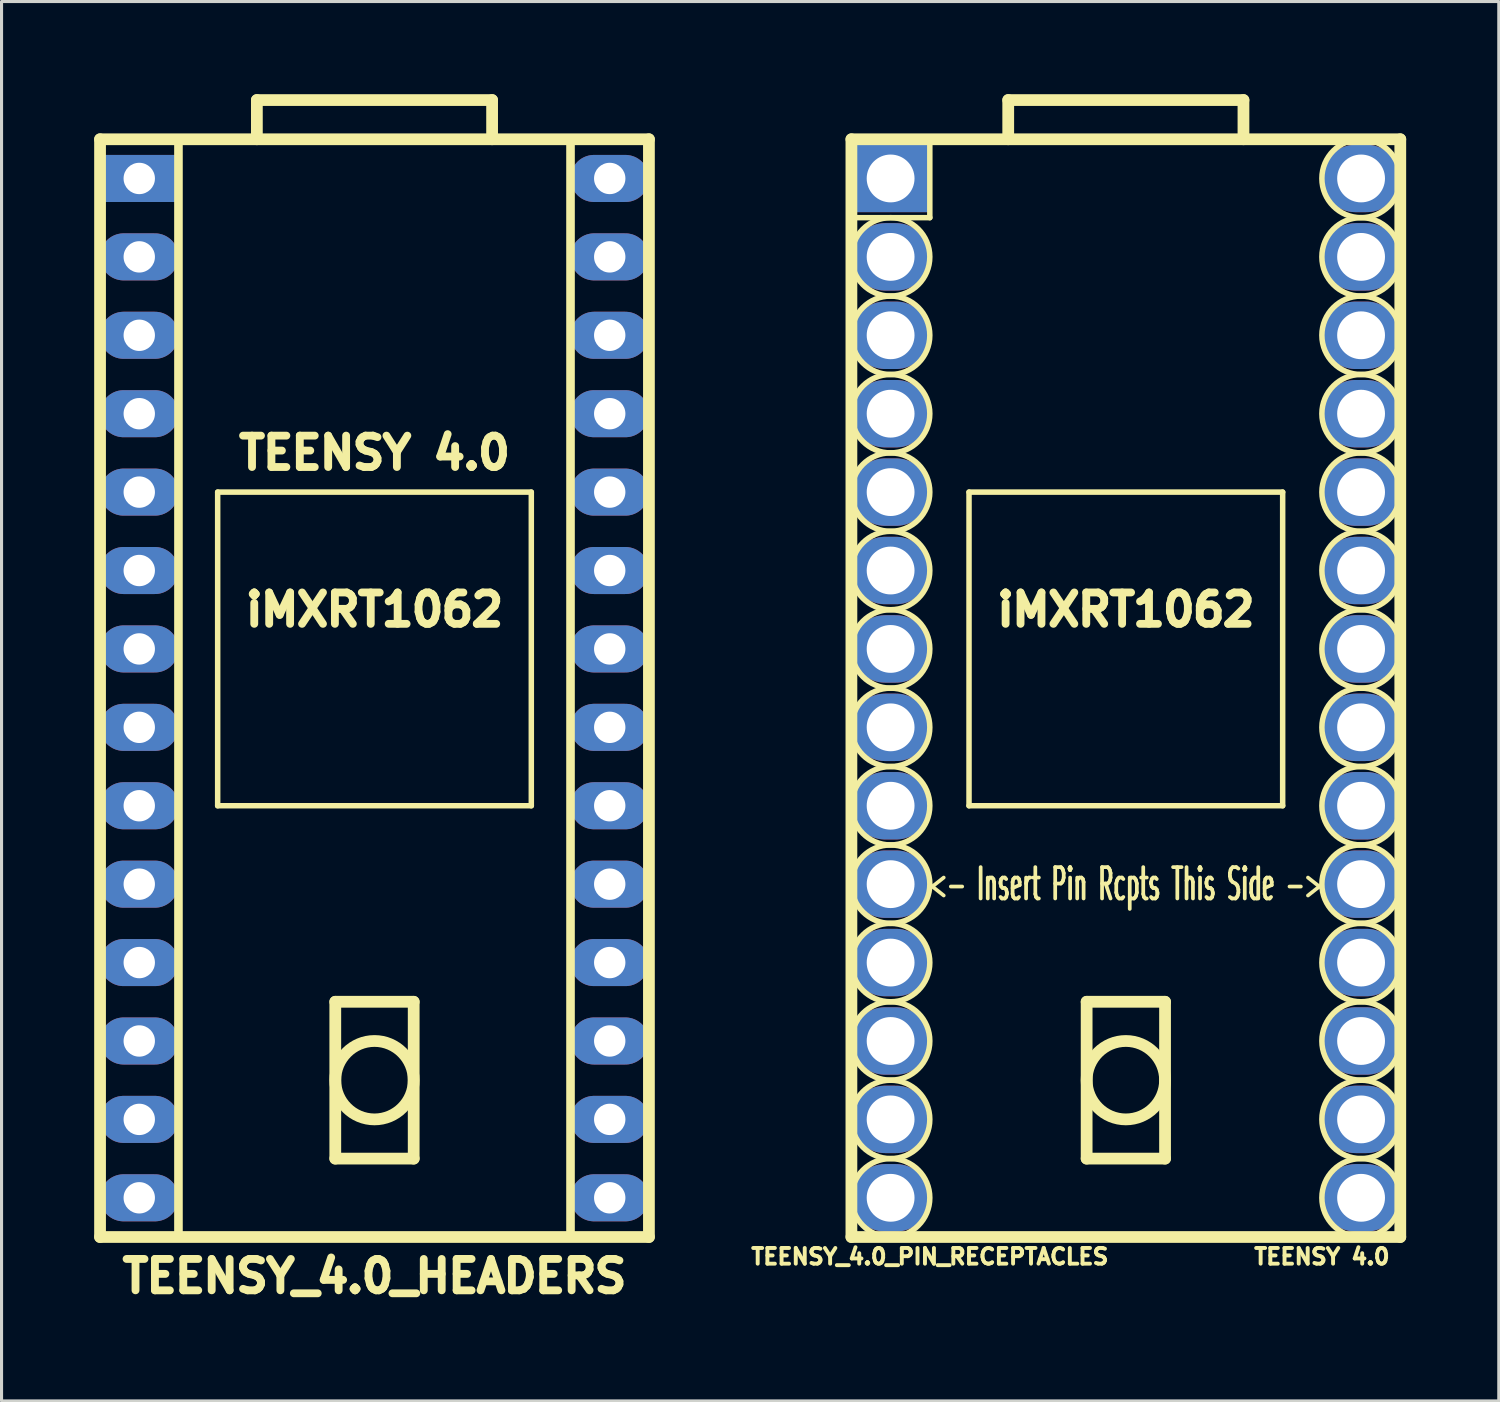
<source format=kicad_pcb>
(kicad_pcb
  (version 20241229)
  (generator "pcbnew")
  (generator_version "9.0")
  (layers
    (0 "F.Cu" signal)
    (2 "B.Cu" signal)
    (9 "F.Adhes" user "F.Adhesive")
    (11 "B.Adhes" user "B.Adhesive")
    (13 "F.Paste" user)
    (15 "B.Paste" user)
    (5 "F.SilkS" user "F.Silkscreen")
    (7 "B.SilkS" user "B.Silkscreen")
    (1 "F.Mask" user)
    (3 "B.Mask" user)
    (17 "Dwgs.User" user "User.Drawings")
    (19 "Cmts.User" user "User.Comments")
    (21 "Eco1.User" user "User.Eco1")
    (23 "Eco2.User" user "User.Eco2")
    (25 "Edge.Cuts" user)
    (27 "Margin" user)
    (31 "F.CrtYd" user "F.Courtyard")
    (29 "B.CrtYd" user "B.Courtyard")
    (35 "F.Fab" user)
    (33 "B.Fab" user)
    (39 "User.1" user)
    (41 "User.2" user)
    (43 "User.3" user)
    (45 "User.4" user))
  (footprint "TEENSY_4.0_PIN_RECEPTACLES"
    (layer "F.Cu")
    (at 33.42 19.241)
    (property "Reference" "TEENSY_4.0_PIN_RECEPTACLES" (at -6.35 18.415 0) (layer "F.SilkS") (effects (font (size 0.508 0.508) (thickness 0.127))))
    (property "Value" "${VALUE}" (at 0 18.415 180) (layer "F.Fab") (hide yes) (effects (font (size 0.508 0.508) (thickness 0.127))))
    (attr through_hole)
    (fp_line (start -8.89 -17.78) (end -8.89 17.78) (stroke (width 0.381) (type solid)) (layer "F.SilkS"))
    (fp_line (start -8.89 -15.24) (end -6.35 -15.24) (stroke (width 0.178) (type solid)) (layer "F.SilkS"))
    (fp_line (start -8.89 17.78) (end 8.89 17.78) (stroke (width 0.381) (type solid)) (layer "F.SilkS"))
    (fp_line (start -6.35 -15.24) (end -6.35 -17.78) (stroke (width 0.178) (type solid)) (layer "F.SilkS"))
    (fp_line (start -5.08 -6.35) (end -5.08 3.81) (stroke (width 0.178) (type solid)) (layer "F.SilkS"))
    (fp_line (start -5.08 3.81) (end 5.08 3.81) (stroke (width 0.178) (type solid)) (layer "F.SilkS"))
    (fp_line (start -3.81 -19.05) (end 3.81 -19.05) (stroke (width 0.381) (type solid)) (layer "F.SilkS"))
    (fp_line (start -3.81 -17.78) (end -3.81 -19.05) (stroke (width 0.381) (type solid)) (layer "F.SilkS"))
    (fp_line (start -1.27 10.16) (end -1.27 15.24) (stroke (width 0.381) (type solid)) (layer "F.SilkS"))
    (fp_line (start -1.27 15.24) (end 1.27 15.24) (stroke (width 0.381) (type solid)) (layer "F.SilkS"))
    (fp_line (start 1.27 10.16) (end -1.27 10.16) (stroke (width 0.381) (type solid)) (layer "F.SilkS"))
    (fp_line (start 1.27 15.24) (end 1.27 10.16) (stroke (width 0.381) (type solid)) (layer "F.SilkS"))
    (fp_line (start 3.81 -19.05) (end 3.81 -17.78) (stroke (width 0.381) (type solid)) (layer "F.SilkS"))
    (fp_line (start 5.08 -6.35) (end -5.08 -6.35) (stroke (width 0.178) (type solid)) (layer "F.SilkS"))
    (fp_line (start 5.08 3.81) (end 5.08 -6.35) (stroke (width 0.178) (type solid)) (layer "F.SilkS"))
    (fp_line (start 8.89 -17.78) (end -8.89 -17.78) (stroke (width 0.381) (type solid)) (layer "F.SilkS"))
    (fp_line (start 8.89 17.78) (end 8.89 -17.78) (stroke (width 0.381) (type solid)) (layer "F.SilkS"))
    (fp_circle (center -7.62 -13.97) (end -6.35 -13.97) (stroke (width 0.178) (type solid)) (fill no) (layer "F.SilkS"))
    (fp_circle (center -7.62 -11.43) (end -6.35 -11.43) (stroke (width 0.178) (type solid)) (fill no) (layer "F.SilkS"))
    (fp_circle (center -7.62 -8.89) (end -6.35 -8.89) (stroke (width 0.178) (type solid)) (fill no) (layer "F.SilkS"))
    (fp_circle (center -7.62 -6.35) (end -6.35 -6.35) (stroke (width 0.178) (type solid)) (fill no) (layer "F.SilkS"))
    (fp_circle (center -7.62 -3.81) (end -6.35 -3.81) (stroke (width 0.178) (type solid)) (fill no) (layer "F.SilkS"))
    (fp_circle (center -7.62 -1.27) (end -6.35 -1.27) (stroke (width 0.178) (type solid)) (fill no) (layer "F.SilkS"))
    (fp_circle (center -7.62 1.27) (end -6.35 1.27) (stroke (width 0.178) (type solid)) (fill no) (layer "F.SilkS"))
    (fp_circle (center -7.62 3.81) (end -6.35 3.81) (stroke (width 0.178) (type solid)) (fill no) (layer "F.SilkS"))
    (fp_circle (center -7.62 6.35) (end -6.35 6.35) (stroke (width 0.178) (type solid)) (fill no) (layer "F.SilkS"))
    (fp_circle (center -7.62 8.89) (end -6.35 8.89) (stroke (width 0.178) (type solid)) (fill no) (layer "F.SilkS"))
    (fp_circle (center -7.62 11.43) (end -6.35 11.43) (stroke (width 0.178) (type solid)) (fill no) (layer "F.SilkS"))
    (fp_circle (center -7.62 13.97) (end -6.35 13.97) (stroke (width 0.178) (type solid)) (fill no) (layer "F.SilkS"))
    (fp_circle (center -7.62 16.51) (end -6.35 16.51) (stroke (width 0.178) (type solid)) (fill no) (layer "F.SilkS"))
    (fp_circle (center 0 12.7) (end -1.27 12.7) (stroke (width 0.381) (type solid)) (fill no) (layer "F.SilkS"))
    (fp_circle (center 7.62 -16.51) (end 8.89 -16.51) (stroke (width 0.178) (type solid)) (fill no) (layer "F.SilkS"))
    (fp_circle (center 7.62 -13.97) (end 8.89 -13.97) (stroke (width 0.178) (type solid)) (fill no) (layer "F.SilkS"))
    (fp_circle (center 7.62 -11.43) (end 8.89 -11.43) (stroke (width 0.178) (type solid)) (fill no) (layer "F.SilkS"))
    (fp_circle (center 7.62 -8.89) (end 8.89 -8.89) (stroke (width 0.178) (type solid)) (fill no) (layer "F.SilkS"))
    (fp_circle (center 7.62 -6.35) (end 8.89 -6.35) (stroke (width 0.178) (type solid)) (fill no) (layer "F.SilkS"))
    (fp_circle (center 7.62 -3.81) (end 8.89 -3.81) (stroke (width 0.178) (type solid)) (fill no) (layer "F.SilkS"))
    (fp_circle (center 7.62 -1.27) (end 8.89 -1.27) (stroke (width 0.178) (type solid)) (fill no) (layer "F.SilkS"))
    (fp_circle (center 7.62 1.27) (end 8.89 1.27) (stroke (width 0.178) (type solid)) (fill no) (layer "F.SilkS"))
    (fp_circle (center 7.62 3.81) (end 8.89 3.81) (stroke (width 0.178) (type solid)) (fill no) (layer "F.SilkS"))
    (fp_circle (center 7.62 6.35) (end 8.89 6.35) (stroke (width 0.178) (type solid)) (fill no) (layer "F.SilkS"))
    (fp_circle (center 7.62 8.89) (end 8.89 8.89) (stroke (width 0.178) (type solid)) (fill no) (layer "F.SilkS"))
    (fp_circle (center 7.62 11.43) (end 8.89 11.43) (stroke (width 0.178) (type solid)) (fill no) (layer "F.SilkS"))
    (fp_circle (center 7.62 13.97) (end 8.89 13.97) (stroke (width 0.178) (type solid)) (fill no) (layer "F.SilkS"))
    (fp_circle (center 7.62 16.51) (end 8.89 16.51) (stroke (width 0.178) (type solid)) (fill no) (layer "F.SilkS"))
    (fp_text user "<- Insert Pin Rcpts This Side ->" (at 0 6.35 0) (layer "F.SilkS") (effects (font (size 1.016 0.483) (thickness 0.121))))
    (fp_text user "iMXRT1062" (at 0 -2.54 0) (layer "F.SilkS") (effects (font (size 1.016 1.016) (thickness 0.254))))
    (fp_text user "TEENSY 4.0" (at 6.35 18.415 180) (layer "F.SilkS") (effects (font (size 0.508 0.508) (thickness 0.127))))
    (pad "" thru_hole oval (at 7.62 -13.97) (size 2.54 2.184) (drill 1.549) (layers "*.Cu" "*.Mask"))
    (pad "0" thru_hole oval (at -7.62 -13.97) (size 2.54 2.184) (drill 1.549) (layers "*.Cu" "*.Mask"))
    (pad "1" thru_hole oval (at -7.62 -11.43) (size 2.54 2.184) (drill 1.549) (layers "*.Cu" "*.Mask"))
    (pad "2" thru_hole oval (at -7.62 -8.89) (size 2.54 2.184) (drill 1.549) (layers "*.Cu" "*.Mask"))
    (pad "3" thru_hole oval (at -7.62 -6.35) (size 2.54 2.184) (drill 1.549) (layers "*.Cu" "*.Mask"))
    (pad "3V3" thru_hole oval (at 7.62 -11.43) (size 2.54 2.184) (drill 1.549) (layers "*.Cu" "*.Mask"))
    (pad "4" thru_hole oval (at -7.62 -3.81) (size 2.54 2.184) (drill 1.549) (layers "*.Cu" "*.Mask"))
    (pad "5" thru_hole oval (at -7.62 -1.27) (size 2.54 2.184) (drill 1.549) (layers "*.Cu" "*.Mask"))
    (pad "6" thru_hole oval (at -7.62 1.27) (size 2.54 2.184) (drill 1.549) (layers "*.Cu" "*.Mask"))
    (pad "7" thru_hole oval (at -7.62 3.81) (size 2.54 2.184) (drill 1.549) (layers "*.Cu" "*.Mask"))
    (pad "8" thru_hole oval (at -7.62 6.35) (size 2.54 2.184) (drill 1.549) (layers "*.Cu" "*.Mask"))
    (pad "9" thru_hole oval (at -7.62 8.89) (size 2.54 2.184) (drill 1.549) (layers "*.Cu" "*.Mask"))
    (pad "10" thru_hole oval (at -7.62 11.43) (size 2.54 2.184) (drill 1.549) (layers "*.Cu" "*.Mask"))
    (pad "11" thru_hole oval (at -7.62 13.97) (size 2.54 2.184) (drill 1.549) (layers "*.Cu" "*.Mask"))
    (pad "12" thru_hole oval (at -7.62 16.51) (size 2.54 2.184) (drill 1.549) (layers "*.Cu" "*.Mask"))
    (pad "13" thru_hole oval (at 7.62 16.51) (size 2.54 2.184) (drill 1.549) (layers "*.Cu" "*.Mask"))
    (pad "14" thru_hole oval (at 7.62 13.97) (size 2.54 2.184) (drill 1.549) (layers "*.Cu" "*.Mask"))
    (pad "15" thru_hole oval (at 7.62 11.43) (size 2.54 2.184) (drill 1.549) (layers "*.Cu" "*.Mask"))
    (pad "16" thru_hole oval (at 7.62 8.89) (size 2.54 2.184) (drill 1.549) (layers "*.Cu" "*.Mask"))
    (pad "17" thru_hole oval (at 7.62 6.35) (size 2.54 2.184) (drill 1.549) (layers "*.Cu" "*.Mask"))
    (pad "18" thru_hole oval (at 7.62 3.81) (size 2.54 2.184) (drill 1.549) (layers "*.Cu" "*.Mask"))
    (pad "19" thru_hole oval (at 7.62 1.27) (size 2.54 2.184) (drill 1.549) (layers "*.Cu" "*.Mask"))
    (pad "20" thru_hole oval (at 7.62 -1.27) (size 2.54 2.184) (drill 1.549) (layers "*.Cu" "*.Mask"))
    (pad "21" thru_hole oval (at 7.62 -3.81) (size 2.54 2.184) (drill 1.549) (layers "*.Cu" "*.Mask"))
    (pad "22" thru_hole oval (at 7.62 -6.35) (size 2.54 2.184) (drill 1.549) (layers "*.Cu" "*.Mask"))
    (pad "23" thru_hole oval (at 7.62 -8.89) (size 2.54 2.184) (drill 1.549) (layers "*.Cu" "*.Mask"))
    (pad "GND" thru_hole rect (at -7.62 -16.51) (size 2.54 2.184) (drill 1.549) (layers "*.Cu" "*.Mask"))
    (pad "V" thru_hole oval (at 7.62 -16.51) (size 2.54 2.184) (drill 1.549) (layers "*.Cu" "*.Mask")))
  (footprint "TEENSY_4.0_HEADERS"
    (layer "F.Cu")
    (at 9.081 19.241)
    (property "Reference" "TEENSY_4.0_HEADERS" (at 0 19.05 0) (layer "F.SilkS") (effects (font (size 1.016 1.016) (thickness 0.254))))
    (attr through_hole)
    (fp_line (start -8.89 -17.78) (end -8.89 17.78) (stroke (width 0.381) (type solid)) (layer "F.SilkS"))
    (fp_line (start -8.89 17.78) (end 8.89 17.78) (stroke (width 0.381) (type solid)) (layer "F.SilkS"))
    (fp_line (start -6.35 -17.78) (end -6.35 17.78) (stroke (width 0.279) (type solid)) (layer "F.SilkS"))
    (fp_line (start -5.08 -6.35) (end -5.08 3.81) (stroke (width 0.178) (type solid)) (layer "F.SilkS"))
    (fp_line (start -5.08 3.81) (end 5.08 3.81) (stroke (width 0.178) (type solid)) (layer "F.SilkS"))
    (fp_line (start -3.81 -19.05) (end 3.81 -19.05) (stroke (width 0.381) (type solid)) (layer "F.SilkS"))
    (fp_line (start -3.81 -17.78) (end -3.81 -19.05) (stroke (width 0.381) (type solid)) (layer "F.SilkS"))
    (fp_line (start -1.27 10.16) (end -1.27 15.24) (stroke (width 0.381) (type solid)) (layer "F.SilkS"))
    (fp_line (start -1.27 15.24) (end 1.27 15.24) (stroke (width 0.381) (type solid)) (layer "F.SilkS"))
    (fp_line (start 1.27 10.16) (end -1.27 10.16) (stroke (width 0.381) (type solid)) (layer "F.SilkS"))
    (fp_line (start 1.27 15.24) (end 1.27 10.16) (stroke (width 0.381) (type solid)) (layer "F.SilkS"))
    (fp_line (start 3.81 -19.05) (end 3.81 -17.78) (stroke (width 0.381) (type solid)) (layer "F.SilkS"))
    (fp_line (start 5.08 -6.35) (end -5.08 -6.35) (stroke (width 0.178) (type solid)) (layer "F.SilkS"))
    (fp_line (start 5.08 3.81) (end 5.08 -6.35) (stroke (width 0.178) (type solid)) (layer "F.SilkS"))
    (fp_line (start 6.35 -17.78) (end 6.35 17.78) (stroke (width 0.279) (type solid)) (layer "F.SilkS"))
    (fp_line (start 8.89 -17.78) (end -8.89 -17.78) (stroke (width 0.381) (type solid)) (layer "F.SilkS"))
    (fp_line (start 8.89 17.78) (end 8.89 -17.78) (stroke (width 0.381) (type solid)) (layer "F.SilkS"))
    (fp_circle (center 0 12.7) (end -1.27 12.7) (stroke (width 0.381) (type solid)) (fill no) (layer "F.SilkS"))
    (fp_text user "TEENSY 4.0" (at 0 -7.62 0) (layer "F.SilkS") (effects (font (size 1.016 1.016) (thickness 0.254))))
    (fp_text user "iMXRT1062" (at 0 -2.54 0) (layer "F.SilkS") (effects (font (size 1.016 1.016) (thickness 0.254))))
    (pad "" thru_hole oval (at 7.62 -13.97) (size 2.54 1.524) (drill 1.016) (layers "*.Cu" "*.Mask"))
    (pad "0" thru_hole oval (at -7.62 -13.97) (size 2.54 1.524) (drill 1.016) (layers "*.Cu" "*.Mask"))
    (pad "1" thru_hole oval (at -7.62 -11.43) (size 2.54 1.524) (drill 1.016) (layers "*.Cu" "*.Mask"))
    (pad "2" thru_hole oval (at -7.62 -8.89) (size 2.54 1.524) (drill 1.016) (layers "*.Cu" "*.Mask"))
    (pad "3" thru_hole oval (at -7.62 -6.35) (size 2.54 1.524) (drill 1.016) (layers "*.Cu" "*.Mask"))
    (pad "3V3" thru_hole oval (at 7.62 -11.43) (size 2.54 1.524) (drill 1.016) (layers "*.Cu" "*.Mask"))
    (pad "4" thru_hole oval (at -7.62 -3.81) (size 2.54 1.524) (drill 1.016) (layers "*.Cu" "*.Mask"))
    (pad "5" thru_hole oval (at -7.62 -1.27) (size 2.54 1.524) (drill 1.016) (layers "*.Cu" "*.Mask"))
    (pad "6" thru_hole oval (at -7.62 1.27) (size 2.54 1.524) (drill 1.016) (layers "*.Cu" "*.Mask"))
    (pad "7" thru_hole oval (at -7.62 3.81) (size 2.54 1.524) (drill 1.016) (layers "*.Cu" "*.Mask"))
    (pad "8" thru_hole oval (at -7.62 6.35) (size 2.54 1.524) (drill 1.016) (layers "*.Cu" "*.Mask"))
    (pad "9" thru_hole oval (at -7.62 8.89) (size 2.54 1.524) (drill 1.016) (layers "*.Cu" "*.Mask"))
    (pad "10" thru_hole oval (at -7.62 11.43) (size 2.54 1.524) (drill 1.016) (layers "*.Cu" "*.Mask"))
    (pad "11" thru_hole oval (at -7.62 13.97) (size 2.54 1.524) (drill 1.016) (layers "*.Cu" "*.Mask"))
    (pad "12" thru_hole oval (at -7.62 16.51) (size 2.54 1.524) (drill 1.016) (layers "*.Cu" "*.Mask"))
    (pad "13" thru_hole oval (at 7.62 16.51) (size 2.54 1.524) (drill 1.016) (layers "*.Cu" "*.Mask"))
    (pad "14" thru_hole oval (at 7.62 13.97) (size 2.54 1.524) (drill 1.016) (layers "*.Cu" "*.Mask"))
    (pad "15" thru_hole oval (at 7.62 11.43) (size 2.54 1.524) (drill 1.016) (layers "*.Cu" "*.Mask"))
    (pad "16" thru_hole oval (at 7.62 8.89) (size 2.54 1.524) (drill 1.016) (layers "*.Cu" "*.Mask"))
    (pad "17" thru_hole oval (at 7.62 6.35) (size 2.54 1.524) (drill 1.016) (layers "*.Cu" "*.Mask"))
    (pad "18" thru_hole oval (at 7.62 3.81) (size 2.54 1.524) (drill 1.016) (layers "*.Cu" "*.Mask"))
    (pad "19" thru_hole oval (at 7.62 1.27) (size 2.54 1.524) (drill 1.016) (layers "*.Cu" "*.Mask"))
    (pad "20" thru_hole oval (at 7.62 -1.27) (size 2.54 1.524) (drill 1.016) (layers "*.Cu" "*.Mask"))
    (pad "21" thru_hole oval (at 7.62 -3.81) (size 2.54 1.524) (drill 1.016) (layers "*.Cu" "*.Mask"))
    (pad "22" thru_hole oval (at 7.62 -6.35) (size 2.54 1.524) (drill 1.016) (layers "*.Cu" "*.Mask"))
    (pad "23" thru_hole oval (at 7.62 -8.89) (size 2.54 1.524) (drill 1.016) (layers "*.Cu" "*.Mask"))
    (pad "GND" thru_hole rect (at -7.62 -16.51) (size 2.54 1.524) (drill 1.016) (layers "*.Cu" "*.Mask"))
    (pad "V" thru_hole oval (at 7.62 -16.51) (size 2.54 1.524) (drill 1.016) (layers "*.Cu" "*.Mask")))
  (gr_rect
    (start -3 -3)
    (end 45.501 42.331)
    (stroke (width 0.1) (type default))
    (fill no)
    (layer "Edge.Cuts")))
</source>
